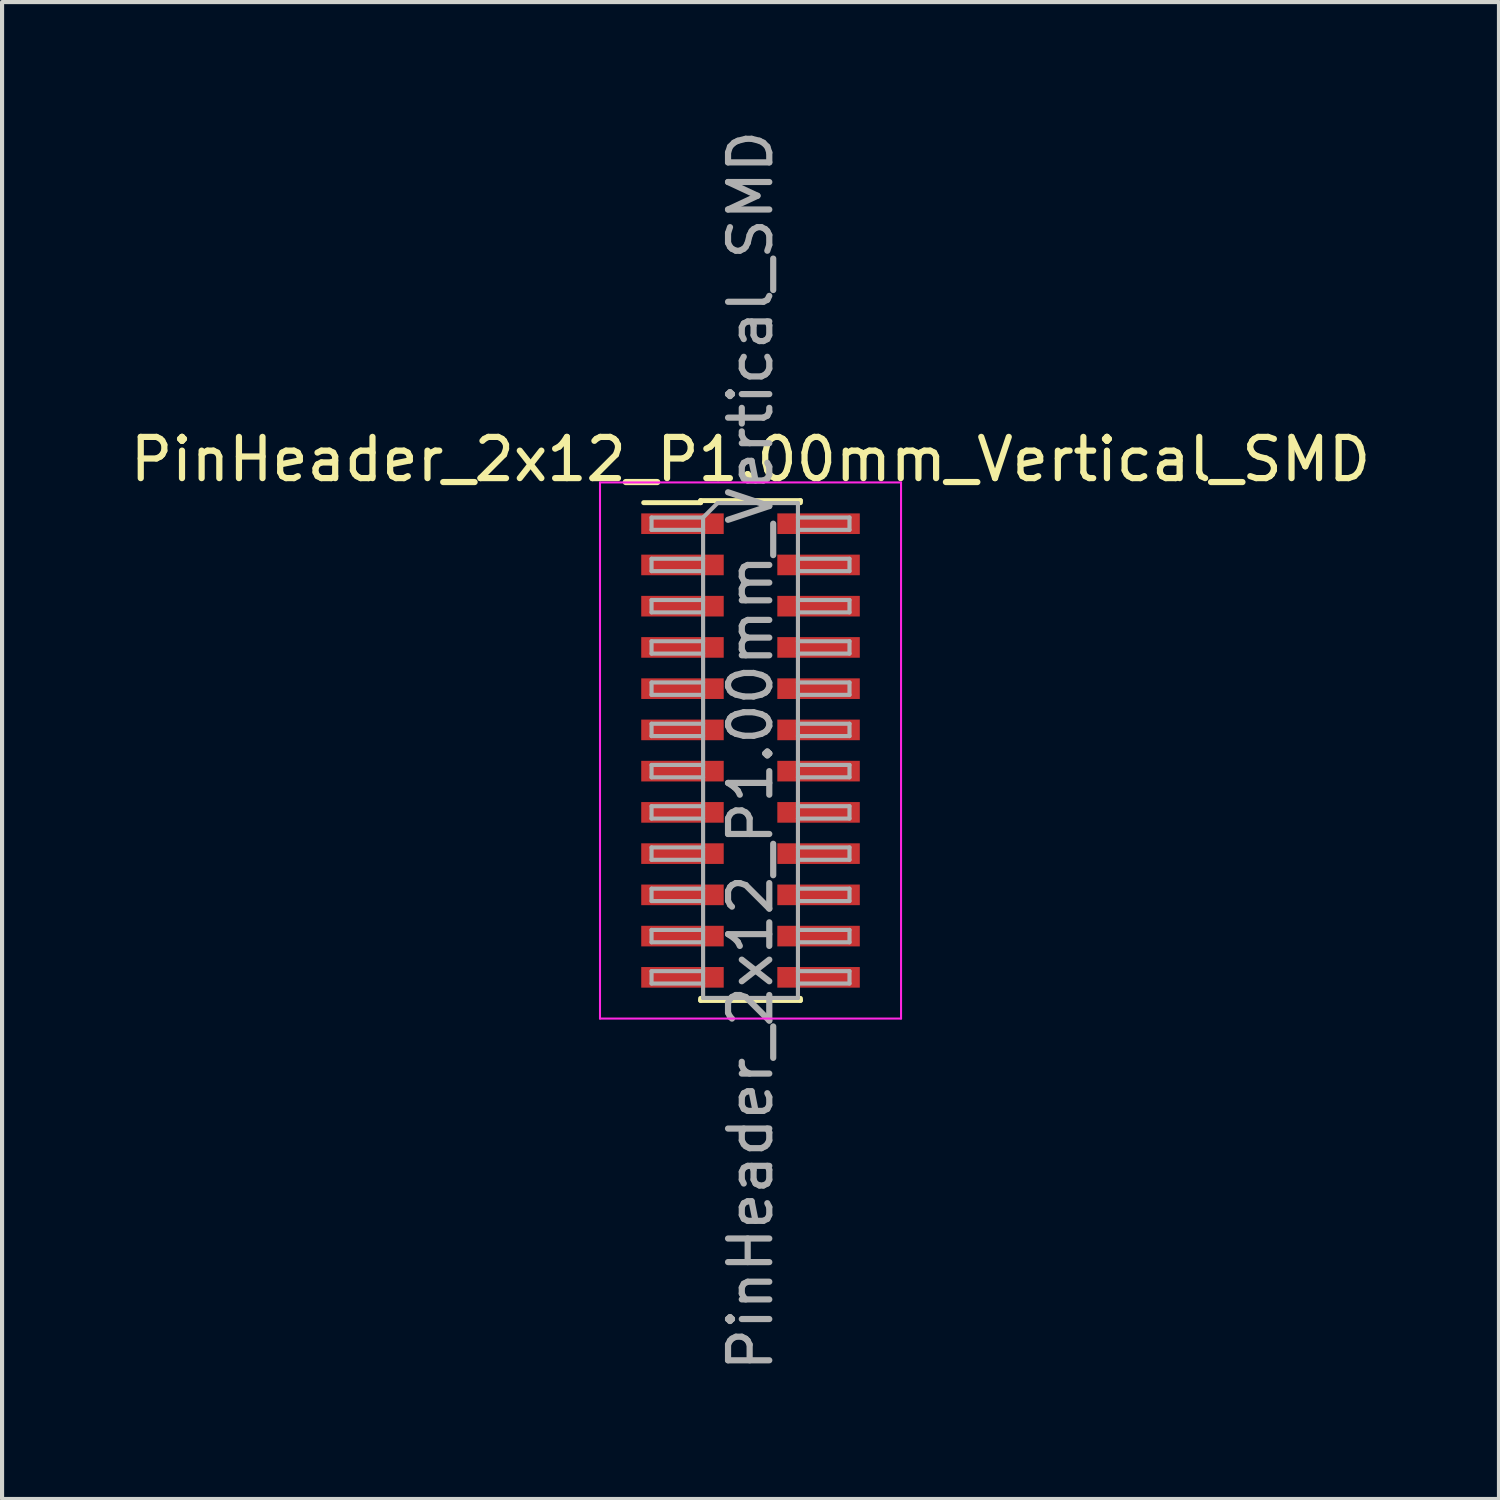
<source format=kicad_pcb>
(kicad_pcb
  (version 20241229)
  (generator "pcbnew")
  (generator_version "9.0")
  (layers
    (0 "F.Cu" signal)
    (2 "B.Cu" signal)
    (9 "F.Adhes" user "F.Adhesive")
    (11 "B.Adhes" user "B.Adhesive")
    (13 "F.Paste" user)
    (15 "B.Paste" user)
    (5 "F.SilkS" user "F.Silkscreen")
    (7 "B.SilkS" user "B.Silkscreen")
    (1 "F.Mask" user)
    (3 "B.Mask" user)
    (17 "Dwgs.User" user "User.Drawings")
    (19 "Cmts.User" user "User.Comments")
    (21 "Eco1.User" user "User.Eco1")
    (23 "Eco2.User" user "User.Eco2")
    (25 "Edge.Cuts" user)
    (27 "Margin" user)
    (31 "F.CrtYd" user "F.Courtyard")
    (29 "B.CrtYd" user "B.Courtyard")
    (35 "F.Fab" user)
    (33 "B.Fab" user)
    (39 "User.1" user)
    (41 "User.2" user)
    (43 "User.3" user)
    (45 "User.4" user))
  (footprint "PinHeader_2x12_P1.00mm_Vertical_SMD"
    (layer "F.Cu")
    (at 15.149 15.149)
    (property "Reference" "PinHeader_2x12_P1.00mm_Vertical_SMD" (at 0 -7.06 0) (layer "F.SilkS") (effects (font (size 1 1) (thickness 0.15))))
    (attr smd)
    (fp_line (start -2.59 -6.01) (end -1.21 -6.01) (stroke (width 0.12) (type solid)) (layer "F.SilkS"))
    (fp_line (start -1.21 -6.06) (end -1.21 -6.01) (stroke (width 0.12) (type solid)) (layer "F.SilkS"))
    (fp_line (start -1.21 -6.06) (end 1.21 -6.06) (stroke (width 0.12) (type solid)) (layer "F.SilkS"))
    (fp_line (start -1.21 6.01) (end -1.21 6.06) (stroke (width 0.12) (type solid)) (layer "F.SilkS"))
    (fp_line (start -1.21 6.06) (end 1.21 6.06) (stroke (width 0.12) (type solid)) (layer "F.SilkS"))
    (fp_line (start 1.21 -6.06) (end 1.21 -6.01) (stroke (width 0.12) (type solid)) (layer "F.SilkS"))
    (fp_line (start 1.21 6.01) (end 1.21 6.06) (stroke (width 0.12) (type solid)) (layer "F.SilkS"))
    (fp_line (start -3.65 -6.5) (end -3.65 6.5) (stroke (width 0.05) (type solid)) (layer "F.CrtYd"))
    (fp_line (start -3.65 6.5) (end 3.65 6.5) (stroke (width 0.05) (type solid)) (layer "F.CrtYd"))
    (fp_line (start 3.65 -6.5) (end -3.65 -6.5) (stroke (width 0.05) (type solid)) (layer "F.CrtYd"))
    (fp_line (start 3.65 6.5) (end 3.65 -6.5) (stroke (width 0.05) (type solid)) (layer "F.CrtYd"))
    (fp_line (start -2.4 -5.65) (end -2.4 -5.35) (stroke (width 0.1) (type solid)) (layer "F.Fab"))
    (fp_line (start -2.4 -5.35) (end -1.15 -5.35) (stroke (width 0.1) (type solid)) (layer "F.Fab"))
    (fp_line (start -2.4 -4.65) (end -2.4 -4.35) (stroke (width 0.1) (type solid)) (layer "F.Fab"))
    (fp_line (start -2.4 -4.35) (end -1.15 -4.35) (stroke (width 0.1) (type solid)) (layer "F.Fab"))
    (fp_line (start -2.4 -3.65) (end -2.4 -3.35) (stroke (width 0.1) (type solid)) (layer "F.Fab"))
    (fp_line (start -2.4 -3.35) (end -1.15 -3.35) (stroke (width 0.1) (type solid)) (layer "F.Fab"))
    (fp_line (start -2.4 -2.65) (end -2.4 -2.35) (stroke (width 0.1) (type solid)) (layer "F.Fab"))
    (fp_line (start -2.4 -2.35) (end -1.15 -2.35) (stroke (width 0.1) (type solid)) (layer "F.Fab"))
    (fp_line (start -2.4 -1.65) (end -2.4 -1.35) (stroke (width 0.1) (type solid)) (layer "F.Fab"))
    (fp_line (start -2.4 -1.35) (end -1.15 -1.35) (stroke (width 0.1) (type solid)) (layer "F.Fab"))
    (fp_line (start -2.4 -0.65) (end -2.4 -0.35) (stroke (width 0.1) (type solid)) (layer "F.Fab"))
    (fp_line (start -2.4 -0.35) (end -1.15 -0.35) (stroke (width 0.1) (type solid)) (layer "F.Fab"))
    (fp_line (start -2.4 0.35) (end -2.4 0.65) (stroke (width 0.1) (type solid)) (layer "F.Fab"))
    (fp_line (start -2.4 0.65) (end -1.15 0.65) (stroke (width 0.1) (type solid)) (layer "F.Fab"))
    (fp_line (start -2.4 1.35) (end -2.4 1.65) (stroke (width 0.1) (type solid)) (layer "F.Fab"))
    (fp_line (start -2.4 1.65) (end -1.15 1.65) (stroke (width 0.1) (type solid)) (layer "F.Fab"))
    (fp_line (start -2.4 2.35) (end -2.4 2.65) (stroke (width 0.1) (type solid)) (layer "F.Fab"))
    (fp_line (start -2.4 2.65) (end -1.15 2.65) (stroke (width 0.1) (type solid)) (layer "F.Fab"))
    (fp_line (start -2.4 3.35) (end -2.4 3.65) (stroke (width 0.1) (type solid)) (layer "F.Fab"))
    (fp_line (start -2.4 3.65) (end -1.15 3.65) (stroke (width 0.1) (type solid)) (layer "F.Fab"))
    (fp_line (start -2.4 4.35) (end -2.4 4.65) (stroke (width 0.1) (type solid)) (layer "F.Fab"))
    (fp_line (start -2.4 4.65) (end -1.15 4.65) (stroke (width 0.1) (type solid)) (layer "F.Fab"))
    (fp_line (start -2.4 5.35) (end -2.4 5.65) (stroke (width 0.1) (type solid)) (layer "F.Fab"))
    (fp_line (start -2.4 5.65) (end -1.15 5.65) (stroke (width 0.1) (type solid)) (layer "F.Fab"))
    (fp_line (start -1.15 -5.65) (end -2.4 -5.65) (stroke (width 0.1) (type solid)) (layer "F.Fab"))
    (fp_line (start -1.15 -5.65) (end -0.8 -6) (stroke (width 0.1) (type solid)) (layer "F.Fab"))
    (fp_line (start -1.15 -4.65) (end -2.4 -4.65) (stroke (width 0.1) (type solid)) (layer "F.Fab"))
    (fp_line (start -1.15 -3.65) (end -2.4 -3.65) (stroke (width 0.1) (type solid)) (layer "F.Fab"))
    (fp_line (start -1.15 -2.65) (end -2.4 -2.65) (stroke (width 0.1) (type solid)) (layer "F.Fab"))
    (fp_line (start -1.15 -1.65) (end -2.4 -1.65) (stroke (width 0.1) (type solid)) (layer "F.Fab"))
    (fp_line (start -1.15 -0.65) (end -2.4 -0.65) (stroke (width 0.1) (type solid)) (layer "F.Fab"))
    (fp_line (start -1.15 0.35) (end -2.4 0.35) (stroke (width 0.1) (type solid)) (layer "F.Fab"))
    (fp_line (start -1.15 1.35) (end -2.4 1.35) (stroke (width 0.1) (type solid)) (layer "F.Fab"))
    (fp_line (start -1.15 2.35) (end -2.4 2.35) (stroke (width 0.1) (type solid)) (layer "F.Fab"))
    (fp_line (start -1.15 3.35) (end -2.4 3.35) (stroke (width 0.1) (type solid)) (layer "F.Fab"))
    (fp_line (start -1.15 4.35) (end -2.4 4.35) (stroke (width 0.1) (type solid)) (layer "F.Fab"))
    (fp_line (start -1.15 5.35) (end -2.4 5.35) (stroke (width 0.1) (type solid)) (layer "F.Fab"))
    (fp_line (start -1.15 6) (end -1.15 -5.65) (stroke (width 0.1) (type solid)) (layer "F.Fab"))
    (fp_line (start -0.8 -6) (end 1.15 -6) (stroke (width 0.1) (type solid)) (layer "F.Fab"))
    (fp_line (start 1.15 -6) (end 1.15 6) (stroke (width 0.1) (type solid)) (layer "F.Fab"))
    (fp_line (start 1.15 -5.65) (end 2.4 -5.65) (stroke (width 0.1) (type solid)) (layer "F.Fab"))
    (fp_line (start 1.15 -4.65) (end 2.4 -4.65) (stroke (width 0.1) (type solid)) (layer "F.Fab"))
    (fp_line (start 1.15 -3.65) (end 2.4 -3.65) (stroke (width 0.1) (type solid)) (layer "F.Fab"))
    (fp_line (start 1.15 -2.65) (end 2.4 -2.65) (stroke (width 0.1) (type solid)) (layer "F.Fab"))
    (fp_line (start 1.15 -1.65) (end 2.4 -1.65) (stroke (width 0.1) (type solid)) (layer "F.Fab"))
    (fp_line (start 1.15 -0.65) (end 2.4 -0.65) (stroke (width 0.1) (type solid)) (layer "F.Fab"))
    (fp_line (start 1.15 0.35) (end 2.4 0.35) (stroke (width 0.1) (type solid)) (layer "F.Fab"))
    (fp_line (start 1.15 1.35) (end 2.4 1.35) (stroke (width 0.1) (type solid)) (layer "F.Fab"))
    (fp_line (start 1.15 2.35) (end 2.4 2.35) (stroke (width 0.1) (type solid)) (layer "F.Fab"))
    (fp_line (start 1.15 3.35) (end 2.4 3.35) (stroke (width 0.1) (type solid)) (layer "F.Fab"))
    (fp_line (start 1.15 4.35) (end 2.4 4.35) (stroke (width 0.1) (type solid)) (layer "F.Fab"))
    (fp_line (start 1.15 5.35) (end 2.4 5.35) (stroke (width 0.1) (type solid)) (layer "F.Fab"))
    (fp_line (start 1.15 6) (end -1.15 6) (stroke (width 0.1) (type solid)) (layer "F.Fab"))
    (fp_line (start 2.4 -5.65) (end 2.4 -5.35) (stroke (width 0.1) (type solid)) (layer "F.Fab"))
    (fp_line (start 2.4 -5.35) (end 1.15 -5.35) (stroke (width 0.1) (type solid)) (layer "F.Fab"))
    (fp_line (start 2.4 -4.65) (end 2.4 -4.35) (stroke (width 0.1) (type solid)) (layer "F.Fab"))
    (fp_line (start 2.4 -4.35) (end 1.15 -4.35) (stroke (width 0.1) (type solid)) (layer "F.Fab"))
    (fp_line (start 2.4 -3.65) (end 2.4 -3.35) (stroke (width 0.1) (type solid)) (layer "F.Fab"))
    (fp_line (start 2.4 -3.35) (end 1.15 -3.35) (stroke (width 0.1) (type solid)) (layer "F.Fab"))
    (fp_line (start 2.4 -2.65) (end 2.4 -2.35) (stroke (width 0.1) (type solid)) (layer "F.Fab"))
    (fp_line (start 2.4 -2.35) (end 1.15 -2.35) (stroke (width 0.1) (type solid)) (layer "F.Fab"))
    (fp_line (start 2.4 -1.65) (end 2.4 -1.35) (stroke (width 0.1) (type solid)) (layer "F.Fab"))
    (fp_line (start 2.4 -1.35) (end 1.15 -1.35) (stroke (width 0.1) (type solid)) (layer "F.Fab"))
    (fp_line (start 2.4 -0.65) (end 2.4 -0.35) (stroke (width 0.1) (type solid)) (layer "F.Fab"))
    (fp_line (start 2.4 -0.35) (end 1.15 -0.35) (stroke (width 0.1) (type solid)) (layer "F.Fab"))
    (fp_line (start 2.4 0.35) (end 2.4 0.65) (stroke (width 0.1) (type solid)) (layer "F.Fab"))
    (fp_line (start 2.4 0.65) (end 1.15 0.65) (stroke (width 0.1) (type solid)) (layer "F.Fab"))
    (fp_line (start 2.4 1.35) (end 2.4 1.65) (stroke (width 0.1) (type solid)) (layer "F.Fab"))
    (fp_line (start 2.4 1.65) (end 1.15 1.65) (stroke (width 0.1) (type solid)) (layer "F.Fab"))
    (fp_line (start 2.4 2.35) (end 2.4 2.65) (stroke (width 0.1) (type solid)) (layer "F.Fab"))
    (fp_line (start 2.4 2.65) (end 1.15 2.65) (stroke (width 0.1) (type solid)) (layer "F.Fab"))
    (fp_line (start 2.4 3.35) (end 2.4 3.65) (stroke (width 0.1) (type solid)) (layer "F.Fab"))
    (fp_line (start 2.4 3.65) (end 1.15 3.65) (stroke (width 0.1) (type solid)) (layer "F.Fab"))
    (fp_line (start 2.4 4.35) (end 2.4 4.65) (stroke (width 0.1) (type solid)) (layer "F.Fab"))
    (fp_line (start 2.4 4.65) (end 1.15 4.65) (stroke (width 0.1) (type solid)) (layer "F.Fab"))
    (fp_line (start 2.4 5.35) (end 2.4 5.65) (stroke (width 0.1) (type solid)) (layer "F.Fab"))
    (fp_line (start 2.4 5.65) (end 1.15 5.65) (stroke (width 0.1) (type solid)) (layer "F.Fab"))
    (fp_text user "${REFERENCE}" (at 0 0 90) (layer "F.Fab") (effects (font (size 1 1) (thickness 0.15))))
    (pad "1" smd rect (at -1.65 -5.5) (size 2 0.5) (layers "F.Cu" "F.Mask" "F.Paste"))
    (pad "2" smd rect (at 1.65 -5.5) (size 2 0.5) (layers "F.Cu" "F.Mask" "F.Paste"))
    (pad "3" smd rect (at -1.65 -4.5) (size 2 0.5) (layers "F.Cu" "F.Mask" "F.Paste"))
    (pad "4" smd rect (at 1.65 -4.5) (size 2 0.5) (layers "F.Cu" "F.Mask" "F.Paste"))
    (pad "5" smd rect (at -1.65 -3.5) (size 2 0.5) (layers "F.Cu" "F.Mask" "F.Paste"))
    (pad "6" smd rect (at 1.65 -3.5) (size 2 0.5) (layers "F.Cu" "F.Mask" "F.Paste"))
    (pad "7" smd rect (at -1.65 -2.5) (size 2 0.5) (layers "F.Cu" "F.Mask" "F.Paste"))
    (pad "8" smd rect (at 1.65 -2.5) (size 2 0.5) (layers "F.Cu" "F.Mask" "F.Paste"))
    (pad "9" smd rect (at -1.65 -1.5) (size 2 0.5) (layers "F.Cu" "F.Mask" "F.Paste"))
    (pad "10" smd rect (at 1.65 -1.5) (size 2 0.5) (layers "F.Cu" "F.Mask" "F.Paste"))
    (pad "11" smd rect (at -1.65 -0.5) (size 2 0.5) (layers "F.Cu" "F.Mask" "F.Paste"))
    (pad "12" smd rect (at 1.65 -0.5) (size 2 0.5) (layers "F.Cu" "F.Mask" "F.Paste"))
    (pad "13" smd rect (at -1.65 0.5) (size 2 0.5) (layers "F.Cu" "F.Mask" "F.Paste"))
    (pad "14" smd rect (at 1.65 0.5) (size 2 0.5) (layers "F.Cu" "F.Mask" "F.Paste"))
    (pad "15" smd rect (at -1.65 1.5) (size 2 0.5) (layers "F.Cu" "F.Mask" "F.Paste"))
    (pad "16" smd rect (at 1.65 1.5) (size 2 0.5) (layers "F.Cu" "F.Mask" "F.Paste"))
    (pad "17" smd rect (at -1.65 2.5) (size 2 0.5) (layers "F.Cu" "F.Mask" "F.Paste"))
    (pad "18" smd rect (at 1.65 2.5) (size 2 0.5) (layers "F.Cu" "F.Mask" "F.Paste"))
    (pad "19" smd rect (at -1.65 3.5) (size 2 0.5) (layers "F.Cu" "F.Mask" "F.Paste"))
    (pad "20" smd rect (at 1.65 3.5) (size 2 0.5) (layers "F.Cu" "F.Mask" "F.Paste"))
    (pad "21" smd rect (at -1.65 4.5) (size 2 0.5) (layers "F.Cu" "F.Mask" "F.Paste"))
    (pad "22" smd rect (at 1.65 4.5) (size 2 0.5) (layers "F.Cu" "F.Mask" "F.Paste"))
    (pad "23" smd rect (at -1.65 5.5) (size 2 0.5) (layers "F.Cu" "F.Mask" "F.Paste"))
    (pad "24" smd rect (at 1.65 5.5) (size 2 0.5) (layers "F.Cu" "F.Mask" "F.Paste")))
  (gr_rect
    (start -3 -3)
    (end 33.298 33.298)
    (stroke (width 0.1) (type default))
    (fill no)
    (layer "Edge.Cuts")))
</source>
